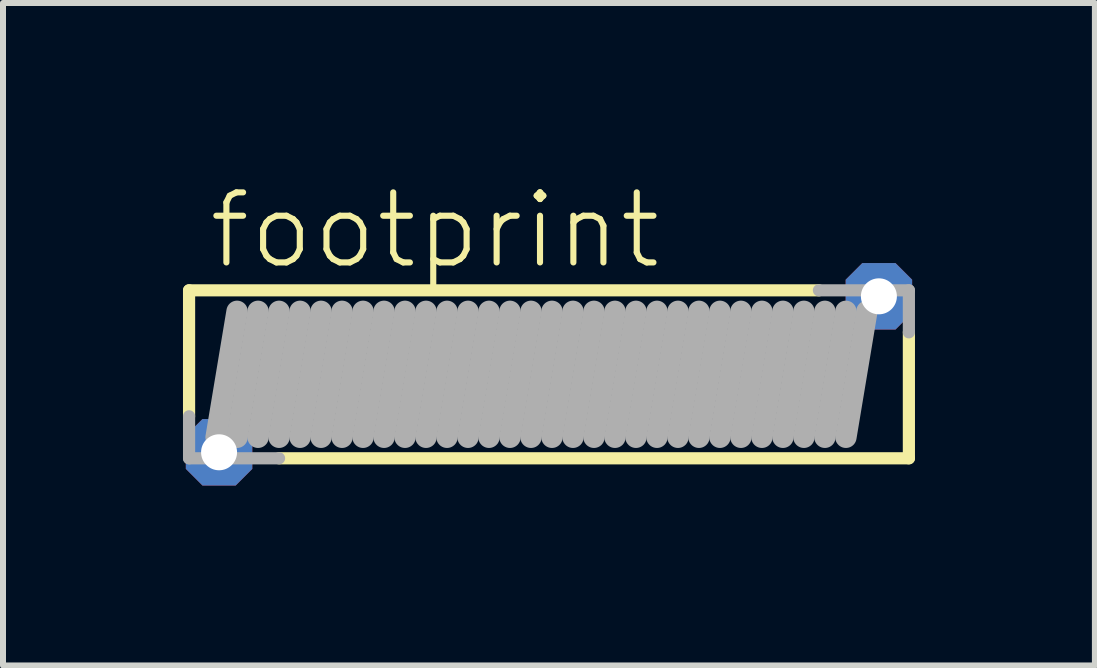
<source format=kicad_pcb>
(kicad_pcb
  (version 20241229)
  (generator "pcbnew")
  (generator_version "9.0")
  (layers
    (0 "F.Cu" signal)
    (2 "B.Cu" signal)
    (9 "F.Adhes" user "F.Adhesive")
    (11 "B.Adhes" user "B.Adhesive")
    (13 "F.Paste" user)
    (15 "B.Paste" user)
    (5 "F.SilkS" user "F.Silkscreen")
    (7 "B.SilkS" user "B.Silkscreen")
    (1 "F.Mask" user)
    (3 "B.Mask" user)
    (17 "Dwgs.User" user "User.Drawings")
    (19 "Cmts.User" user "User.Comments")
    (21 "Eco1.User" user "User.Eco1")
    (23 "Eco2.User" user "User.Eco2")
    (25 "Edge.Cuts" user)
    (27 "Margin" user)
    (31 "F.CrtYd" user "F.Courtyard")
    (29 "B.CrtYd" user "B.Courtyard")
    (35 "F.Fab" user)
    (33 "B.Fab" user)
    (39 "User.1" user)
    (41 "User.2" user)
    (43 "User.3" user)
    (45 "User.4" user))
  (footprint "footprint"
    (layer "F.Cu")
    (at 6.102 3.19)
    (property "Reference" "footprint" (at -5.723 -1.717 0) (layer "F.SilkS") (effects (font (size 1.168 1.168) (thickness 0.102)) (justify left bottom)))
    (fp_line (start -6 -1.4) (end -6 0.7) (stroke (width 0.203) (type solid)) (layer "F.SilkS"))
    (fp_line (start -4.5 1.4) (end 6 1.4) (stroke (width 0.203) (type solid)) (layer "F.SilkS"))
    (fp_line (start 4.5 -1.4) (end -6 -1.4) (stroke (width 0.203) (type solid)) (layer "F.SilkS"))
    (fp_line (start 6 1.4) (end 6 -0.7) (stroke (width 0.203) (type solid)) (layer "F.SilkS"))
    (fp_line (start -6 0.7) (end -6 1.4) (stroke (width 0.203) (type solid)) (layer "F.Fab"))
    (fp_line (start -6 1.4) (end -4.5 1.4) (stroke (width 0.203) (type solid)) (layer "F.Fab"))
    (fp_line (start -5.55 1.05) (end -5.2 -1.05) (stroke (width 0.356) (type solid)) (layer "F.Fab"))
    (fp_line (start -5.2 1.05) (end -4.85 -1.05) (stroke (width 0.356) (type solid)) (layer "F.Fab"))
    (fp_line (start -4.85 1.05) (end -4.5 -1.05) (stroke (width 0.356) (type solid)) (layer "F.Fab"))
    (fp_line (start -4.5 1.05) (end -4.15 -1.05) (stroke (width 0.356) (type solid)) (layer "F.Fab"))
    (fp_line (start -4.15 1.05) (end -3.8 -1.05) (stroke (width 0.356) (type solid)) (layer "F.Fab"))
    (fp_line (start -3.8 1.05) (end -3.45 -1.05) (stroke (width 0.356) (type solid)) (layer "F.Fab"))
    (fp_line (start -3.45 1.05) (end -3.1 -1.05) (stroke (width 0.356) (type solid)) (layer "F.Fab"))
    (fp_line (start -3.1 1.05) (end -2.75 -1.05) (stroke (width 0.356) (type solid)) (layer "F.Fab"))
    (fp_line (start -2.75 1.05) (end -2.4 -1.05) (stroke (width 0.356) (type solid)) (layer "F.Fab"))
    (fp_line (start -2.4 1.05) (end -2.05 -1.05) (stroke (width 0.356) (type solid)) (layer "F.Fab"))
    (fp_line (start -2.05 1.05) (end -1.7 -1.05) (stroke (width 0.356) (type solid)) (layer "F.Fab"))
    (fp_line (start -1.7 1.05) (end -1.35 -1.05) (stroke (width 0.356) (type solid)) (layer "F.Fab"))
    (fp_line (start -1.35 1.05) (end -1 -1.05) (stroke (width 0.356) (type solid)) (layer "F.Fab"))
    (fp_line (start -1 1.05) (end -0.65 -1.05) (stroke (width 0.356) (type solid)) (layer "F.Fab"))
    (fp_line (start -0.65 1.05) (end -0.3 -1.05) (stroke (width 0.356) (type solid)) (layer "F.Fab"))
    (fp_line (start -0.3 1.05) (end 0.05 -1.05) (stroke (width 0.356) (type solid)) (layer "F.Fab"))
    (fp_line (start 0.05 1.05) (end 0.4 -1.05) (stroke (width 0.356) (type solid)) (layer "F.Fab"))
    (fp_line (start 0.4 1.05) (end 0.75 -1.05) (stroke (width 0.356) (type solid)) (layer "F.Fab"))
    (fp_line (start 0.75 1.05) (end 1.1 -1.05) (stroke (width 0.356) (type solid)) (layer "F.Fab"))
    (fp_line (start 1.1 1.05) (end 1.45 -1.05) (stroke (width 0.356) (type solid)) (layer "F.Fab"))
    (fp_line (start 1.45 1.05) (end 1.8 -1.05) (stroke (width 0.356) (type solid)) (layer "F.Fab"))
    (fp_line (start 1.8 1.05) (end 2.15 -1.05) (stroke (width 0.356) (type solid)) (layer "F.Fab"))
    (fp_line (start 2.15 1.05) (end 2.5 -1.05) (stroke (width 0.356) (type solid)) (layer "F.Fab"))
    (fp_line (start 2.5 1.05) (end 2.85 -1.05) (stroke (width 0.356) (type solid)) (layer "F.Fab"))
    (fp_line (start 2.85 1.05) (end 3.2 -1.05) (stroke (width 0.356) (type solid)) (layer "F.Fab"))
    (fp_line (start 3.2 1.05) (end 3.55 -1.05) (stroke (width 0.356) (type solid)) (layer "F.Fab"))
    (fp_line (start 3.55 1.05) (end 3.9 -1.05) (stroke (width 0.356) (type solid)) (layer "F.Fab"))
    (fp_line (start 3.9 1.05) (end 4.25 -1.05) (stroke (width 0.356) (type solid)) (layer "F.Fab"))
    (fp_line (start 4.25 1.05) (end 4.6 -1.05) (stroke (width 0.356) (type solid)) (layer "F.Fab"))
    (fp_line (start 4.6 1.05) (end 4.95 -1.05) (stroke (width 0.356) (type solid)) (layer "F.Fab"))
    (fp_line (start 4.95 1.05) (end 5.3 -1.05) (stroke (width 0.356) (type solid)) (layer "F.Fab"))
    (fp_line (start 6 -1.4) (end 4.5 -1.4) (stroke (width 0.203) (type solid)) (layer "F.Fab"))
    (fp_line (start 6 -0.7) (end 6 -1.4) (stroke (width 0.203) (type solid)) (layer "F.Fab"))
    (pad "1" thru_hole roundrect (at -5.5 1.3) (size 1.108 1.108) (drill 0.6) (layers "*.Cu" "*.Mask") (roundrect_rratio 0.25) (chamfer_ratio 0.25) (chamfer top_left top_right bottom_left bottom_right))
    (pad "2" thru_hole roundrect (at 5.5 -1.3) (size 1.108 1.108) (drill 0.6) (layers "*.Cu" "*.Mask") (roundrect_rratio 0.25) (chamfer_ratio 0.25) (chamfer top_left top_right bottom_left bottom_right)))
  (gr_rect
    (start -3 -3)
    (end 15.203 8.044)
    (stroke (width 0.1) (type default))
    (fill no)
    (layer "Edge.Cuts")))
</source>
